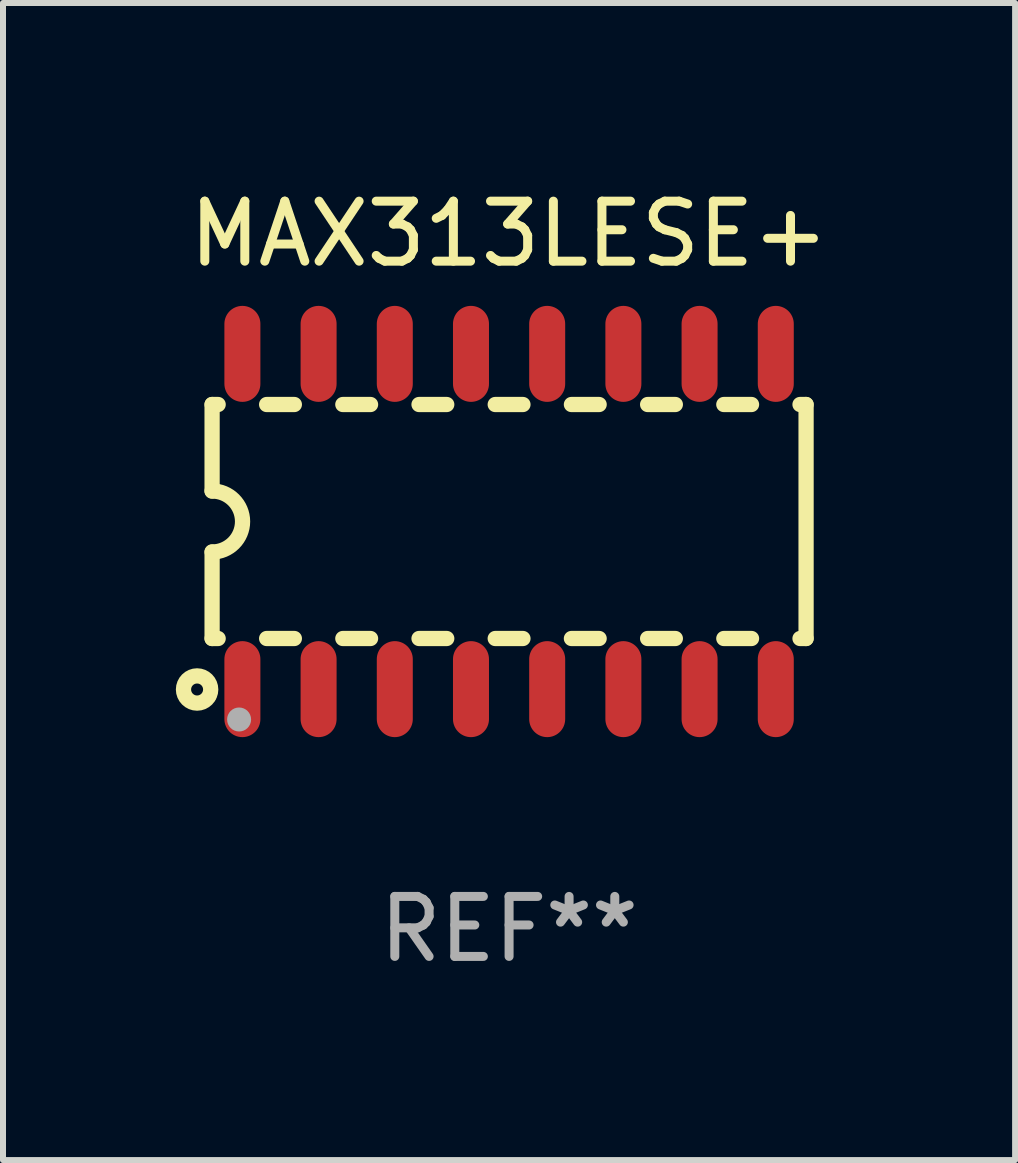
<source format=kicad_pcb>
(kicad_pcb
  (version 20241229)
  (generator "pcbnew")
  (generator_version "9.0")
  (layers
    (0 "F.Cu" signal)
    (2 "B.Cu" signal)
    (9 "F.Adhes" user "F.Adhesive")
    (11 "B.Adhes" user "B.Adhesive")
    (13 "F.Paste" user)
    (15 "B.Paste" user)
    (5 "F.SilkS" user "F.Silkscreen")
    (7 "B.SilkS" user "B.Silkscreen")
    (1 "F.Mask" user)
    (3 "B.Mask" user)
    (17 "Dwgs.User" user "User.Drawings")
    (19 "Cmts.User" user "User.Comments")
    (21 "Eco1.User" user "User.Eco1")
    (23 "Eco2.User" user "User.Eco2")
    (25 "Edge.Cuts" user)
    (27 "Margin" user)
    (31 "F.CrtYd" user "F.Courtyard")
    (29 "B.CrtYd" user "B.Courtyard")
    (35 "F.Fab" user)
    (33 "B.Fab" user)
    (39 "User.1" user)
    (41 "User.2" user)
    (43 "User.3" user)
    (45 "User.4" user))
  (footprint "MAX313LESE+"
    (layer "F.Cu")
    (at 5.435 5.642)
    (property "Reference" "MAX313LESE+" (at 0 -4.794 0) (layer "F.SilkS") (effects (font (size 1 1) (thickness 0.15))))
    (attr through_hole)
    (fp_line (start -4.95 -1.95) (end -4.95 -0.508) (stroke (width 0.254) (type solid)) (layer "F.SilkS"))
    (fp_line (start -4.95 -1.95) (end -4.849 -1.95) (stroke (width 0.254) (type solid)) (layer "F.SilkS"))
    (fp_line (start -4.95 1.95) (end -4.95 0.508) (stroke (width 0.254) (type solid)) (layer "F.SilkS"))
    (fp_line (start -4.95 1.95) (end -4.849 1.95) (stroke (width 0.254) (type solid)) (layer "F.SilkS"))
    (fp_line (start -4.041 -1.95) (end -3.579 -1.95) (stroke (width 0.254) (type solid)) (layer "F.SilkS"))
    (fp_line (start -4.041 1.95) (end -3.579 1.95) (stroke (width 0.254) (type solid)) (layer "F.SilkS"))
    (fp_line (start -2.771 -1.95) (end -2.309 -1.95) (stroke (width 0.254) (type solid)) (layer "F.SilkS"))
    (fp_line (start -2.771 1.95) (end -2.309 1.95) (stroke (width 0.254) (type solid)) (layer "F.SilkS"))
    (fp_line (start -1.501 -1.95) (end -1.039 -1.95) (stroke (width 0.254) (type solid)) (layer "F.SilkS"))
    (fp_line (start -1.501 1.95) (end -1.039 1.95) (stroke (width 0.254) (type solid)) (layer "F.SilkS"))
    (fp_line (start -0.231 -1.95) (end 0.231 -1.95) (stroke (width 0.254) (type solid)) (layer "F.SilkS"))
    (fp_line (start -0.231 1.95) (end 0.231 1.95) (stroke (width 0.254) (type solid)) (layer "F.SilkS"))
    (fp_line (start 1.039 -1.95) (end 1.501 -1.95) (stroke (width 0.254) (type solid)) (layer "F.SilkS"))
    (fp_line (start 1.039 1.95) (end 1.501 1.95) (stroke (width 0.254) (type solid)) (layer "F.SilkS"))
    (fp_line (start 2.309 -1.95) (end 2.771 -1.95) (stroke (width 0.254) (type solid)) (layer "F.SilkS"))
    (fp_line (start 2.309 1.95) (end 2.771 1.95) (stroke (width 0.254) (type solid)) (layer "F.SilkS"))
    (fp_line (start 3.579 -1.95) (end 4.041 -1.95) (stroke (width 0.254) (type solid)) (layer "F.SilkS"))
    (fp_line (start 3.579 1.95) (end 4.041 1.95) (stroke (width 0.254) (type solid)) (layer "F.SilkS"))
    (fp_line (start 4.849 -1.95) (end 4.95 -1.95) (stroke (width 0.254) (type solid)) (layer "F.SilkS"))
    (fp_line (start 4.849 1.95) (end 4.95 1.95) (stroke (width 0.254) (type solid)) (layer "F.SilkS"))
    (fp_line (start 4.95 -1.95) (end 4.95 1.95) (stroke (width 0.254) (type solid)) (layer "F.SilkS"))
    (fp_arc (start -4.95047 -0.508001) (mid -4.442469 -0.000228) (end -4.950013 0.508001) (stroke (width 0.254001) (type solid)) (layer "F.SilkS"))
    (fp_circle (center -5.2 2.8) (end -5.1 2.8) (stroke (width 0.254) (type solid)) (fill no) (layer "F.SilkS"))
    (fp_circle (center -4.95 2.947) (end -4.92 2.947) (stroke (width 0.06) (type solid)) (fill no) (layer "F.SilkS"))
    (fp_circle (center -4.5 3.3) (end -4.4 3.3) (stroke (width 0.2) (type solid)) (fill no) (layer "F.Fab"))
    (fp_text user "REF**" (at 0 6.794 0) (layer "F.Fab") (effects (font (size 1 1) (thickness 0.15))))
    (pad "1" smd oval (at -4.445 2.794) (size 0.6 1.6) (layers "F.Cu" "F.Mask" "F.Paste"))
    (pad "2" smd oval (at -3.175 2.794) (size 0.6 1.6) (layers "F.Cu" "F.Mask" "F.Paste"))
    (pad "3" smd oval (at -1.905 2.794) (size 0.6 1.6) (layers "F.Cu" "F.Mask" "F.Paste"))
    (pad "4" smd oval (at -0.635 2.794) (size 0.6 1.6) (layers "F.Cu" "F.Mask" "F.Paste"))
    (pad "5" smd oval (at 0.635 2.794) (size 0.6 1.6) (layers "F.Cu" "F.Mask" "F.Paste"))
    (pad "6" smd oval (at 1.905 2.794) (size 0.6 1.6) (layers "F.Cu" "F.Mask" "F.Paste"))
    (pad "7" smd oval (at 3.175 2.794) (size 0.6 1.6) (layers "F.Cu" "F.Mask" "F.Paste"))
    (pad "8" smd oval (at 4.445 2.794) (size 0.6 1.6) (layers "F.Cu" "F.Mask" "F.Paste"))
    (pad "9" smd oval (at 4.445 -2.794) (size 0.6 1.6) (layers "F.Cu" "F.Mask" "F.Paste"))
    (pad "10" smd oval (at 3.175 -2.794) (size 0.6 1.6) (layers "F.Cu" "F.Mask" "F.Paste"))
    (pad "11" smd oval (at 1.905 -2.794) (size 0.6 1.6) (layers "F.Cu" "F.Mask" "F.Paste"))
    (pad "12" smd oval (at 0.635 -2.794) (size 0.6 1.6) (layers "F.Cu" "F.Mask" "F.Paste"))
    (pad "13" smd oval (at -0.635 -2.794) (size 0.6 1.6) (layers "F.Cu" "F.Mask" "F.Paste"))
    (pad "14" smd oval (at -1.905 -2.794) (size 0.6 1.6) (layers "F.Cu" "F.Mask" "F.Paste"))
    (pad "15" smd oval (at -3.175 -2.794) (size 0.6 1.6) (layers "F.Cu" "F.Mask" "F.Paste"))
    (pad "16" smd oval (at -4.445 -2.794) (size 0.6 1.6) (layers "F.Cu" "F.Mask" "F.Paste")))
  (gr_rect
    (start -3 -3)
    (end 13.869 16.285)
    (stroke (width 0.1) (type default))
    (fill no)
    (layer "Edge.Cuts")))
</source>
